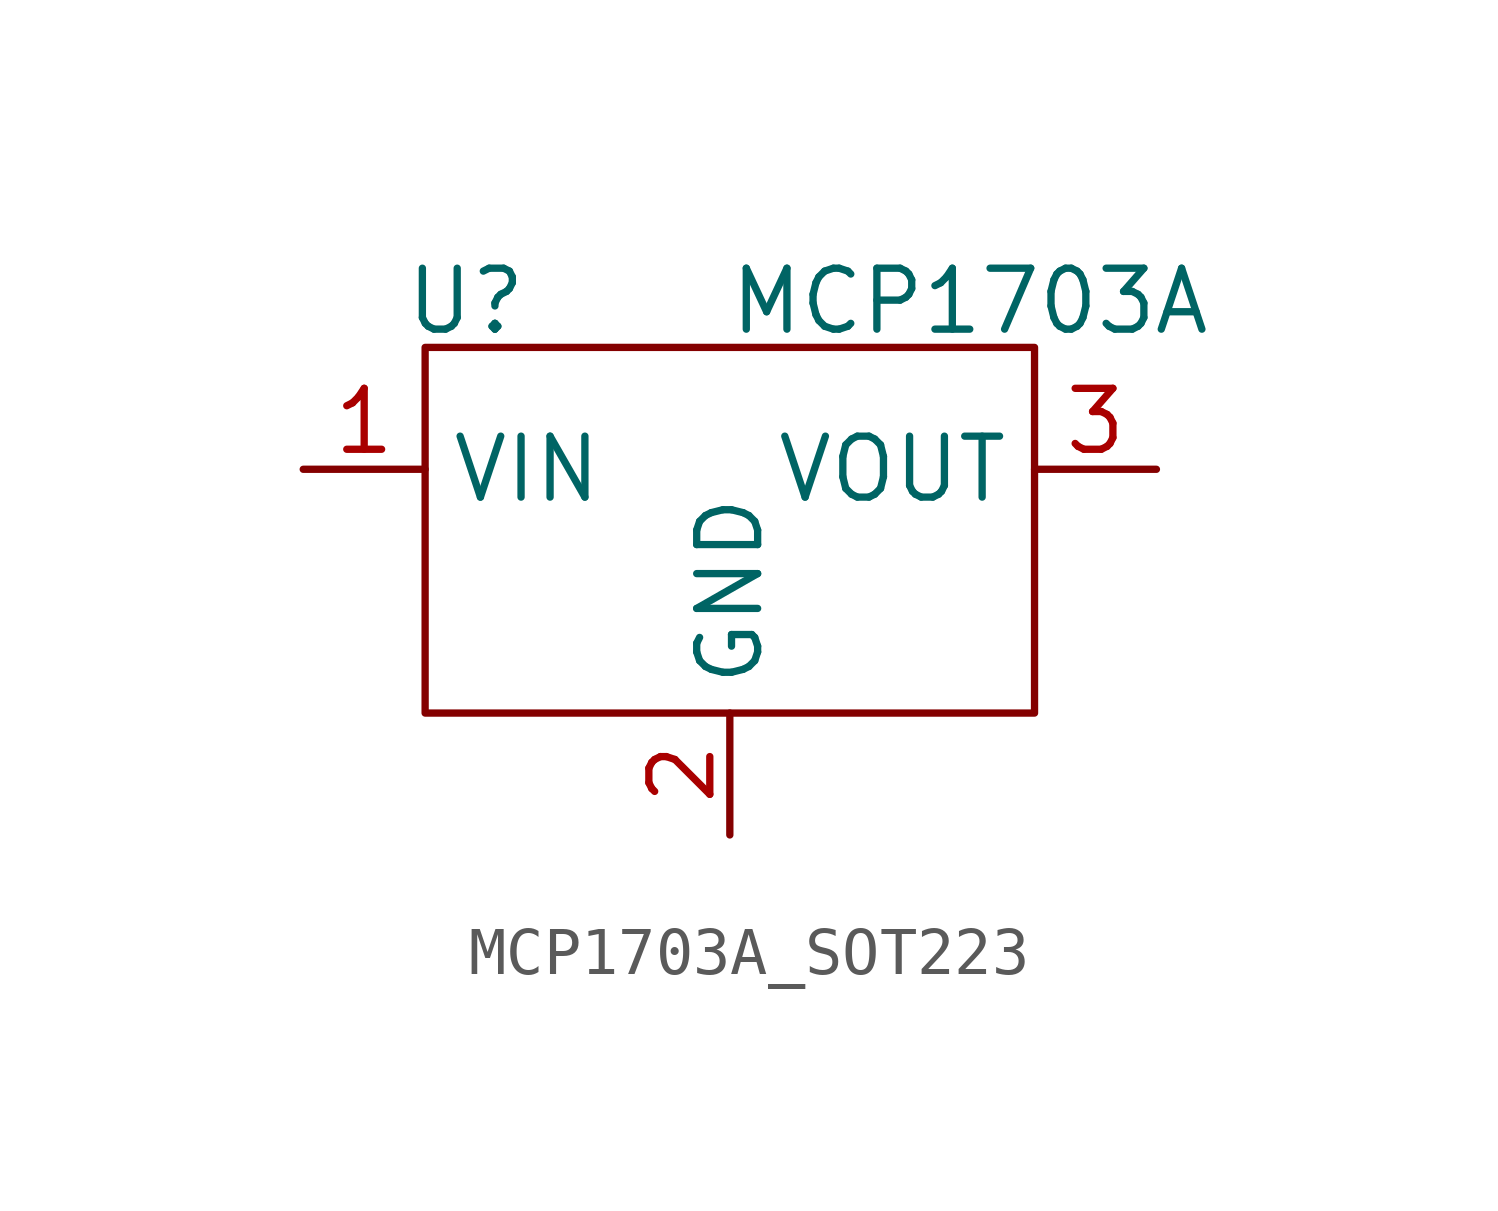
<source format=kicad_sym>
(kicad_symbol_lib
  (version 20241209)
  (generator "kicad_symbol_editor")
  (generator_version "9.0")
  (symbol "MCP1703A_SOT223"
    (property "Reference" "U"
      (at -5.5 3.5 0)
      (effects (font (size 1.27 1.27))))
    (property "Value" "MCP1703A"
      (at 5 3.5 0)
      (effects (font (size 1.27 1.27))))
    (symbol "MCP1703A_SOT223_0_0"
      (pin power_in line (at -8.89 0 0) (length 2.54) (name "VIN" (effects (font (size 1.27 1.27)))) (number "1" (effects (font (size 1.27 1.27)))))
      (pin power_in line (at 0 -7.62 90) (length 2.54) (name "GND" (effects (font (size 1.27 1.27)))) (number "2" (effects (font (size 1.27 1.27)))))
      (pin power_out line (at 8.89 0 180) (length 2.54) (name "VOUT" (effects (font (size 1.27 1.27)))) (number "3" (effects (font (size 1.27 1.27))))))
    (symbol "MCP1703A_SOT223_0_1"
      (rectangle (start -6.35 2.54) (end 6.35 -5.08) (stroke (width 0) (type default)) (fill (type none))))))
</source>
